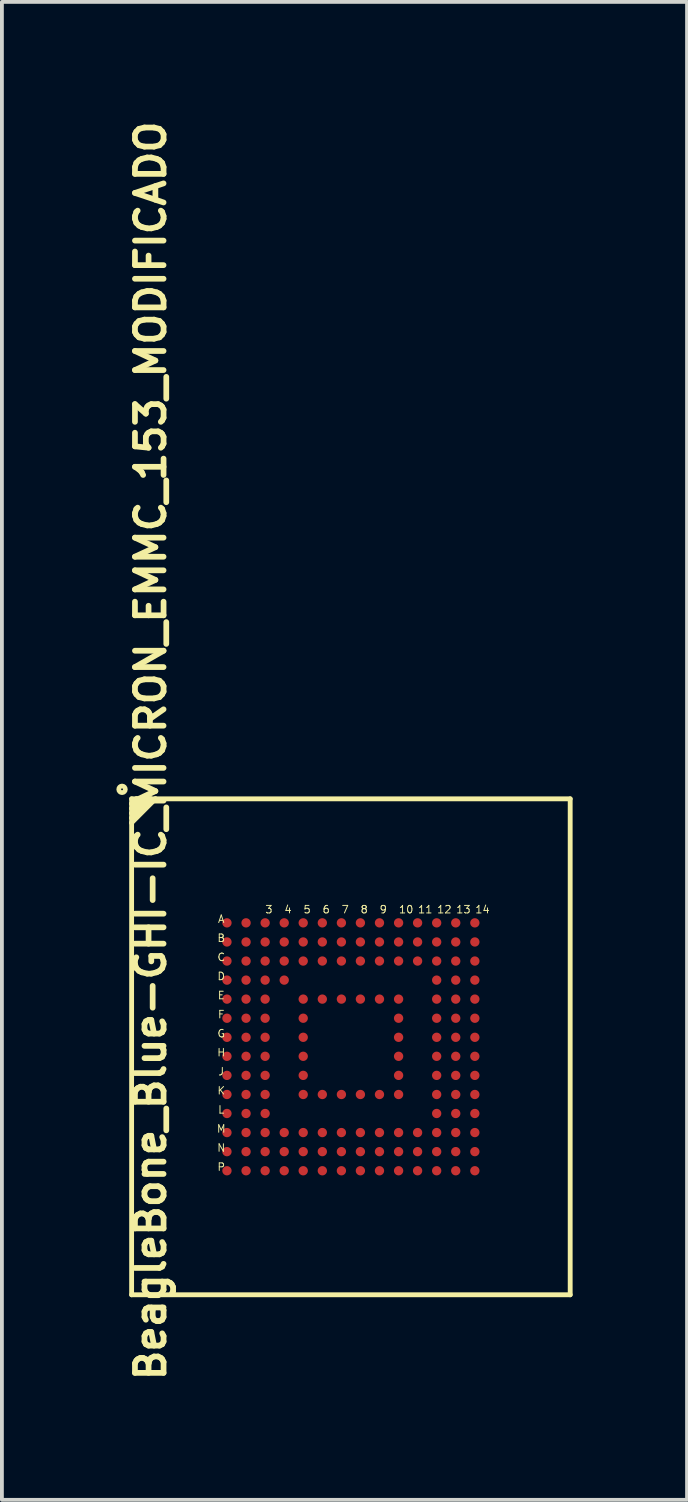
<source format=kicad_pcb>
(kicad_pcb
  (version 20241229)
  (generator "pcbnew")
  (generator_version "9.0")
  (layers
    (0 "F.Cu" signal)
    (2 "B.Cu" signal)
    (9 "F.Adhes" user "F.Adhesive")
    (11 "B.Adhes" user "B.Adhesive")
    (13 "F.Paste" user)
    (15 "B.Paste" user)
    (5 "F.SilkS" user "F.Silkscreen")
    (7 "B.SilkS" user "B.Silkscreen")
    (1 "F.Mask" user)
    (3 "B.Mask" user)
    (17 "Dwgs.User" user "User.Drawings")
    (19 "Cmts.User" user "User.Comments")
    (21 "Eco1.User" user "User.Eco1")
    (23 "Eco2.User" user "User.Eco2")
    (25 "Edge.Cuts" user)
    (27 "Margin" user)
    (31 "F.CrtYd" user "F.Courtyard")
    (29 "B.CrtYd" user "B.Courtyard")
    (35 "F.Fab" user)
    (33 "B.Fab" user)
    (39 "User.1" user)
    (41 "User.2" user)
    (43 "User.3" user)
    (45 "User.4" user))
  (footprint "BeagleBone_Blue-GHI-IC_MICRON_EMMC_153_MODIFICADO"
    (layer "F.Cu")
    (at 6.148 24.389)
    (property "Reference" "BeagleBone_Blue-GHI-IC_MICRON_EMMC_153_MODIFICADO" (at -5.25 -7.757 90) (layer "F.SilkS") (effects (font (size 0.75 0.75) (thickness 0.15))))
    (attr smd)
    (fp_line (start -5.748 -6.5) (end -5.748 -6.373) (stroke (width 0.127) (type solid)) (layer "F.SilkS"))
    (fp_line (start -5.748 -6.373) (end -5.748 -6.248) (stroke (width 0.127) (type solid)) (layer "F.SilkS"))
    (fp_line (start -5.748 -6.373) (end -5.624 -6.5) (stroke (width 0.127) (type solid)) (layer "F.SilkS"))
    (fp_line (start -5.748 -6.248) (end -5.748 -6.124) (stroke (width 0.127) (type solid)) (layer "F.SilkS"))
    (fp_line (start -5.748 -6.248) (end -5.499 -6.5) (stroke (width 0.127) (type solid)) (layer "F.SilkS"))
    (fp_line (start -5.748 -6.124) (end -5.748 -5.999) (stroke (width 0.127) (type solid)) (layer "F.SilkS"))
    (fp_line (start -5.748 -6.124) (end -5.375 -6.5) (stroke (width 0.127) (type solid)) (layer "F.SilkS"))
    (fp_line (start -5.748 -5.999) (end -5.748 -5.872) (stroke (width 0.127) (type solid)) (layer "F.SilkS"))
    (fp_line (start -5.748 -5.999) (end -5.248 -6.5) (stroke (width 0.127) (type solid)) (layer "F.SilkS"))
    (fp_line (start -5.748 -5.872) (end -5.748 6.5) (stroke (width 0.127) (type solid)) (layer "F.SilkS"))
    (fp_line (start -5.748 -5.872) (end -5.123 -6.5) (stroke (width 0.127) (type solid)) (layer "F.SilkS"))
    (fp_line (start -5.748 6.5) (end 5.748 6.5) (stroke (width 0.127) (type solid)) (layer "F.SilkS"))
    (fp_line (start -5.624 -6.5) (end -5.748 -6.5) (stroke (width 0.127) (type solid)) (layer "F.SilkS"))
    (fp_line (start -5.499 -6.5) (end -5.624 -6.5) (stroke (width 0.127) (type solid)) (layer "F.SilkS"))
    (fp_line (start -5.375 -6.5) (end -5.499 -6.5) (stroke (width 0.127) (type solid)) (layer "F.SilkS"))
    (fp_line (start -5.248 -6.5) (end -5.375 -6.5) (stroke (width 0.127) (type solid)) (layer "F.SilkS"))
    (fp_line (start -5.123 -6.5) (end -5.248 -6.5) (stroke (width 0.127) (type solid)) (layer "F.SilkS"))
    (fp_line (start 5.748 -6.5) (end -5.123 -6.5) (stroke (width 0.127) (type solid)) (layer "F.SilkS"))
    (fp_line (start 5.748 6.5) (end 5.748 -6.5) (stroke (width 0.127) (type solid)) (layer "F.SilkS"))
    (fp_circle (center -5.999 -6.749) (end -6.06 -6.81) (stroke (width 0.124) (type solid)) (fill no) (layer "F.SilkS"))
    (fp_text user "L" (at -3.399 1.648 0) (layer "F.SilkS") (effects (font (size 0.198 0.198) (thickness 0.025))))
    (fp_text user "E" (at -3.399 -1.349 0) (layer "F.SilkS") (effects (font (size 0.198 0.198) (thickness 0.025))))
    (fp_text user "N" (at -3.399 2.649 0) (layer "F.SilkS") (effects (font (size 0.198 0.198) (thickness 0.025))))
    (fp_text user "M" (at -3.399 2.149 0) (layer "F.SilkS") (effects (font (size 0.198 0.198) (thickness 0.025))))
    (fp_text user "6" (at -0.648 -3.599 0) (layer "F.SilkS") (effects (font (size 0.198 0.198) (thickness 0.025))))
    (fp_text user "C" (at -3.399 -2.349 0) (layer "F.SilkS") (effects (font (size 0.198 0.198) (thickness 0.025))))
    (fp_text user "K" (at -3.399 1.148 0) (layer "F.SilkS") (effects (font (size 0.198 0.198) (thickness 0.025))))
    (fp_text user "F" (at -3.399 -0.848 0) (layer "F.SilkS") (effects (font (size 0.198 0.198) (thickness 0.025))))
    (fp_text user "A" (at -3.399 -3.348 0) (layer "F.SilkS") (effects (font (size 0.198 0.198) (thickness 0.025))))
    (fp_text user "10" (at 1.448 -3.599 0) (layer "F.SilkS") (effects (font (size 0.198 0.198) (thickness 0.025))))
    (fp_text user "9" (at 0.848 -3.599 0) (layer "F.SilkS") (effects (font (size 0.198 0.198) (thickness 0.025))))
    (fp_text user "5" (at -1.148 -3.599 0) (layer "F.SilkS") (effects (font (size 0.198 0.198) (thickness 0.025))))
    (fp_text user "7" (at -0.15 -3.599 0) (layer "F.SilkS") (effects (font (size 0.198 0.198) (thickness 0.025))))
    (fp_text user "H" (at -3.399 0.15 0) (layer "F.SilkS") (effects (font (size 0.198 0.198) (thickness 0.025))))
    (fp_text user "4" (at -1.648 -3.599 0) (layer "F.SilkS") (effects (font (size 0.198 0.198) (thickness 0.025))))
    (fp_text user "D" (at -3.399 -1.849 0) (layer "F.SilkS") (effects (font (size 0.198 0.198) (thickness 0.025))))
    (fp_text user "13" (at 2.949 -3.599 0) (layer "F.SilkS") (effects (font (size 0.198 0.198) (thickness 0.025))))
    (fp_text user "P" (at -3.399 3.15 0) (layer "F.SilkS") (effects (font (size 0.198 0.198) (thickness 0.025))))
    (fp_text user "G" (at -3.399 -0.348 0) (layer "F.SilkS") (effects (font (size 0.198 0.198) (thickness 0.025))))
    (fp_text user "J" (at -3.399 0.648 0) (layer "F.SilkS") (effects (font (size 0.198 0.198) (thickness 0.025))))
    (fp_text user "12" (at 2.449 -3.599 0) (layer "F.SilkS") (effects (font (size 0.198 0.198) (thickness 0.025))))
    (fp_text user "11" (at 1.948 -3.599 0) (layer "F.SilkS") (effects (font (size 0.198 0.198) (thickness 0.025))))
    (fp_text user "3" (at -2.149 -3.599 0) (layer "F.SilkS") (effects (font (size 0.198 0.198) (thickness 0.025))))
    (fp_text user "14" (at 3.449 -3.599 0) (layer "F.SilkS") (effects (font (size 0.198 0.198) (thickness 0.025))))
    (fp_text user "B" (at -3.399 -2.85 0) (layer "F.SilkS") (effects (font (size 0.198 0.198) (thickness 0.025))))
    (fp_text user "8" (at 0.348 -3.599 0) (layer "F.SilkS") (effects (font (size 0.198 0.198) (thickness 0.025))))
    (pad "A3" smd circle (at -2.248 -3.249) (size 0.244 0.244) (layers "F.Cu" "F.Mask" "F.Paste"))
    (pad "A4" smd circle (at -1.748 -3.249) (size 0.244 0.244) (layers "F.Cu" "F.Mask" "F.Paste"))
    (pad "A5" smd circle (at -1.25 -3.249) (size 0.244 0.244) (layers "F.Cu" "F.Mask" "F.Paste"))
    (pad "A6" smd circle (at -0.749 -3.249) (size 0.244 0.244) (layers "F.Cu" "F.Mask" "F.Paste"))
    (pad "A7" smd circle (at -0.249 -3.249) (size 0.244 0.244) (layers "F.Cu" "F.Mask" "F.Paste"))
    (pad "A10" smd circle (at 1.25 -3.249) (size 0.244 0.244) (layers "F.Cu" "F.Mask" "F.Paste"))
    (pad "A11" smd circle (at 1.748 -3.249) (size 0.244 0.244) (layers "F.Cu" "F.Mask" "F.Paste"))
    (pad "A12" smd circle (at 2.248 -3.249) (size 0.244 0.244) (layers "F.Cu" "F.Mask" "F.Paste"))
    (pad "A13" smd circle (at 2.748 -3.249) (size 0.244 0.244) (layers "F.Cu" "F.Mask" "F.Paste"))
    (pad "A14" smd circle (at 3.249 -3.249) (size 0.244 0.244) (layers "F.Cu" "F.Mask" "F.Paste"))
    (pad "B1" smd circle (at -3.249 -2.748) (size 0.244 0.244) (layers "F.Cu" "F.Mask" "F.Paste"))
    (pad "B2" smd circle (at -3.249 -3.249) (size 0.244 0.244) (layers "F.Cu" "F.Mask" "F.Paste"))
    (pad "B2" smd circle (at -2.748 -2.748) (size 0.244 0.244) (layers "F.Cu" "F.Mask" "F.Paste"))
    (pad "B3" smd circle (at -2.748 -3.249) (size 0.244 0.244) (layers "F.Cu" "F.Mask" "F.Paste"))
    (pad "B3" smd circle (at -2.248 -2.748) (size 0.244 0.244) (layers "F.Cu" "F.Mask" "F.Paste"))
    (pad "B4" smd circle (at -3.249 -1.748) (size 0.244 0.244) (layers "F.Cu" "F.Mask" "F.Paste"))
    (pad "B4" smd circle (at -2.748 -1.748) (size 0.244 0.244) (layers "F.Cu" "F.Mask" "F.Paste"))
    (pad "B4" smd circle (at -2.248 -2.248) (size 0.244 0.244) (layers "F.Cu" "F.Mask" "F.Paste"))
    (pad "B4" smd circle (at -1.748 -2.748) (size 0.244 0.244) (layers "F.Cu" "F.Mask" "F.Paste"))
    (pad "B5" smd circle (at -3.249 -0.249) (size 0.244 0.244) (layers "F.Cu" "F.Mask" "F.Paste"))
    (pad "B5" smd circle (at -2.748 -0.749) (size 0.244 0.244) (layers "F.Cu" "F.Mask" "F.Paste"))
    (pad "B5" smd circle (at -2.248 -1.25) (size 0.244 0.244) (layers "F.Cu" "F.Mask" "F.Paste"))
    (pad "B5" smd circle (at -1.748 -1.748) (size 0.244 0.244) (layers "F.Cu" "F.Mask" "F.Paste"))
    (pad "B5" smd circle (at -1.25 -2.748) (size 0.244 0.244) (layers "F.Cu" "F.Mask" "F.Paste"))
    (pad "B5" smd circle (at -1.25 -2.248) (size 0.244 0.244) (layers "F.Cu" "F.Mask" "F.Paste"))
    (pad "B6" smd circle (at -0.749 -2.748) (size 0.244 0.244) (layers "F.Cu" "F.Mask" "F.Paste"))
    (pad "B6" smd circle (at -0.249 -2.748) (size 0.244 0.244) (layers "F.Cu" "F.Mask" "F.Paste"))
    (pad "B6" smd circle (at 0.249 -3.249) (size 0.244 0.244) (layers "F.Cu" "F.Mask" "F.Paste"))
    (pad "B9" smd circle (at 0.749 -2.748) (size 0.244 0.244) (layers "F.Cu" "F.Mask" "F.Paste"))
    (pad "B10" smd circle (at 1.25 -2.748) (size 0.244 0.244) (layers "F.Cu" "F.Mask" "F.Paste"))
    (pad "B11" smd circle (at 1.748 -2.748) (size 0.244 0.244) (layers "F.Cu" "F.Mask" "F.Paste"))
    (pad "B12" smd circle (at 2.248 -2.748) (size 0.244 0.244) (layers "F.Cu" "F.Mask" "F.Paste"))
    (pad "B13" smd circle (at 2.748 -2.748) (size 0.244 0.244) (layers "F.Cu" "F.Mask" "F.Paste"))
    (pad "B14" smd circle (at 3.249 -2.748) (size 0.244 0.244) (layers "F.Cu" "F.Mask" "F.Paste"))
    (pad "C2" smd circle (at -3.249 -2.248) (size 0.244 0.244) (layers "F.Cu" "F.Mask" "F.Paste"))
    (pad "C2" smd circle (at -2.748 -2.248) (size 0.244 0.244) (layers "F.Cu" "F.Mask" "F.Paste"))
    (pad "C4" smd circle (at -3.249 -1.25) (size 0.244 0.244) (layers "F.Cu" "F.Mask" "F.Paste"))
    (pad "C4" smd circle (at -2.748 -1.25) (size 0.244 0.244) (layers "F.Cu" "F.Mask" "F.Paste"))
    (pad "C4" smd circle (at -2.248 -1.748) (size 0.244 0.244) (layers "F.Cu" "F.Mask" "F.Paste"))
    (pad "C4" smd circle (at -1.748 -2.248) (size 0.244 0.244) (layers "F.Cu" "F.Mask" "F.Paste"))
    (pad "C6" smd circle (at -0.749 -2.248) (size 0.244 0.244) (layers "F.Cu" "F.Mask" "F.Paste"))
    (pad "C6" smd circle (at -0.249 -2.248) (size 0.244 0.244) (layers "F.Cu" "F.Mask" "F.Paste"))
    (pad "C6" smd circle (at 0.249 -2.748) (size 0.244 0.244) (layers "F.Cu" "F.Mask" "F.Paste"))
    (pad "C6" smd circle (at 0.749 -3.249) (size 0.244 0.244) (layers "F.Cu" "F.Mask" "F.Paste"))
    (pad "C8" smd circle (at 0.249 -2.248) (size 0.244 0.244) (layers "F.Cu" "F.Mask" "F.Paste"))
    (pad "C9" smd circle (at 0.749 -2.248) (size 0.244 0.244) (layers "F.Cu" "F.Mask" "F.Paste"))
    (pad "C10" smd circle (at 1.25 -2.248) (size 0.244 0.244) (layers "F.Cu" "F.Mask" "F.Paste"))
    (pad "C11" smd circle (at 1.748 -2.248) (size 0.244 0.244) (layers "F.Cu" "F.Mask" "F.Paste"))
    (pad "C12" smd circle (at 2.248 -2.248) (size 0.244 0.244) (layers "F.Cu" "F.Mask" "F.Paste"))
    (pad "C13" smd circle (at 2.748 -2.248) (size 0.244 0.244) (layers "F.Cu" "F.Mask" "F.Paste"))
    (pad "C14" smd circle (at 3.249 -2.248) (size 0.244 0.244) (layers "F.Cu" "F.Mask" "F.Paste"))
    (pad "D12" smd circle (at 2.248 -1.748) (size 0.244 0.244) (layers "F.Cu" "F.Mask" "F.Paste"))
    (pad "D13" smd circle (at 2.748 -1.748) (size 0.244 0.244) (layers "F.Cu" "F.Mask" "F.Paste"))
    (pad "D14" smd circle (at 3.249 -1.748) (size 0.244 0.244) (layers "F.Cu" "F.Mask" "F.Paste"))
    (pad "E5" smd circle (at -1.25 -1.25) (size 0.244 0.244) (layers "F.Cu" "F.Mask" "F.Paste"))
    (pad "E6" smd circle (at -0.749 -1.25) (size 0.244 0.244) (layers "F.Cu" "F.Mask" "F.Paste"))
    (pad "E7" smd circle (at -0.249 -1.25) (size 0.244 0.244) (layers "F.Cu" "F.Mask" "F.Paste"))
    (pad "E8" smd circle (at 0.249 -1.25) (size 0.244 0.244) (layers "F.Cu" "F.Mask" "F.Paste"))
    (pad "E9" smd circle (at 0.749 -1.25) (size 0.244 0.244) (layers "F.Cu" "F.Mask" "F.Paste"))
    (pad "E10" smd circle (at 1.25 -1.25) (size 0.244 0.244) (layers "F.Cu" "F.Mask" "F.Paste"))
    (pad "E12" smd circle (at 2.248 -1.25) (size 0.244 0.244) (layers "F.Cu" "F.Mask" "F.Paste"))
    (pad "E13" smd circle (at 2.748 -1.25) (size 0.244 0.244) (layers "F.Cu" "F.Mask" "F.Paste"))
    (pad "E14" smd circle (at 3.249 -1.25) (size 0.244 0.244) (layers "F.Cu" "F.Mask" "F.Paste"))
    (pad "F1" smd circle (at -3.249 -0.749) (size 0.244 0.244) (layers "F.Cu" "F.Mask" "F.Paste"))
    (pad "F3" smd circle (at -2.248 -0.749) (size 0.244 0.244) (layers "F.Cu" "F.Mask" "F.Paste"))
    (pad "F5" smd circle (at -1.25 -0.749) (size 0.244 0.244) (layers "F.Cu" "F.Mask" "F.Paste"))
    (pad "F10" smd circle (at 1.25 -0.749) (size 0.244 0.244) (layers "F.Cu" "F.Mask" "F.Paste"))
    (pad "F12" smd circle (at 2.248 -0.749) (size 0.244 0.244) (layers "F.Cu" "F.Mask" "F.Paste"))
    (pad "F13" smd circle (at 2.748 -0.749) (size 0.244 0.244) (layers "F.Cu" "F.Mask" "F.Paste"))
    (pad "F14" smd circle (at 3.249 -0.749) (size 0.244 0.244) (layers "F.Cu" "F.Mask" "F.Paste"))
    (pad "G2" smd circle (at -2.748 -0.249) (size 0.244 0.244) (layers "F.Cu" "F.Mask" "F.Paste"))
    (pad "G3" smd circle (at -2.248 -0.249) (size 0.244 0.244) (layers "F.Cu" "F.Mask" "F.Paste"))
    (pad "G5" smd circle (at -1.25 -0.249) (size 0.244 0.244) (layers "F.Cu" "F.Mask" "F.Paste"))
    (pad "G10" smd circle (at 1.25 -0.249) (size 0.244 0.244) (layers "F.Cu" "F.Mask" "F.Paste"))
    (pad "G12" smd circle (at 2.248 -0.249) (size 0.244 0.244) (layers "F.Cu" "F.Mask" "F.Paste"))
    (pad "G13" smd circle (at 2.748 -0.249) (size 0.244 0.244) (layers "F.Cu" "F.Mask" "F.Paste"))
    (pad "G14" smd circle (at 3.249 -0.249) (size 0.244 0.244) (layers "F.Cu" "F.Mask" "F.Paste"))
    (pad "H1" smd circle (at -3.249 0.249) (size 0.244 0.244) (layers "F.Cu" "F.Mask" "F.Paste"))
    (pad "H2" smd circle (at -2.748 0.249) (size 0.244 0.244) (layers "F.Cu" "F.Mask" "F.Paste"))
    (pad "H3" smd circle (at -2.248 0.249) (size 0.244 0.244) (layers "F.Cu" "F.Mask" "F.Paste"))
    (pad "H5" smd circle (at -1.25 0.249) (size 0.244 0.244) (layers "F.Cu" "F.Mask" "F.Paste"))
    (pad "H10" smd circle (at 1.25 0.249) (size 0.244 0.244) (layers "F.Cu" "F.Mask" "F.Paste"))
    (pad "H12" smd circle (at 2.248 0.249) (size 0.244 0.244) (layers "F.Cu" "F.Mask" "F.Paste"))
    (pad "H13" smd circle (at 2.748 0.249) (size 0.244 0.244) (layers "F.Cu" "F.Mask" "F.Paste"))
    (pad "H14" smd circle (at 3.249 0.249) (size 0.244 0.244) (layers "F.Cu" "F.Mask" "F.Paste"))
    (pad "J1" smd circle (at -3.249 0.749) (size 0.244 0.244) (layers "F.Cu" "F.Mask" "F.Paste"))
    (pad "J2" smd circle (at -2.748 0.749) (size 0.244 0.244) (layers "F.Cu" "F.Mask" "F.Paste"))
    (pad "J3" smd circle (at -2.248 0.749) (size 0.244 0.244) (layers "F.Cu" "F.Mask" "F.Paste"))
    (pad "J5" smd circle (at -1.25 0.749) (size 0.244 0.244) (layers "F.Cu" "F.Mask" "F.Paste"))
    (pad "J10" smd circle (at 1.25 0.749) (size 0.244 0.244) (layers "F.Cu" "F.Mask" "F.Paste"))
    (pad "J12" smd circle (at 2.248 0.749) (size 0.244 0.244) (layers "F.Cu" "F.Mask" "F.Paste"))
    (pad "J13" smd circle (at 2.748 0.749) (size 0.244 0.244) (layers "F.Cu" "F.Mask" "F.Paste"))
    (pad "J14" smd circle (at 3.249 0.749) (size 0.244 0.244) (layers "F.Cu" "F.Mask" "F.Paste"))
    (pad "K1" smd circle (at -3.249 1.25) (size 0.244 0.244) (layers "F.Cu" "F.Mask" "F.Paste"))
    (pad "K2" smd circle (at -2.748 1.25) (size 0.244 0.244) (layers "F.Cu" "F.Mask" "F.Paste"))
    (pad "K3" smd circle (at -2.248 1.25) (size 0.244 0.244) (layers "F.Cu" "F.Mask" "F.Paste"))
    (pad "K5" smd circle (at -1.25 1.25) (size 0.244 0.244) (layers "F.Cu" "F.Mask" "F.Paste"))
    (pad "K6" smd circle (at -0.749 1.25) (size 0.244 0.244) (layers "F.Cu" "F.Mask" "F.Paste"))
    (pad "K7" smd circle (at -0.249 1.25) (size 0.244 0.244) (layers "F.Cu" "F.Mask" "F.Paste"))
    (pad "K8" smd circle (at 0.249 1.25) (size 0.244 0.244) (layers "F.Cu" "F.Mask" "F.Paste"))
    (pad "K9" smd circle (at 0.749 1.25) (size 0.244 0.244) (layers "F.Cu" "F.Mask" "F.Paste"))
    (pad "K10" smd circle (at 1.25 1.25) (size 0.244 0.244) (layers "F.Cu" "F.Mask" "F.Paste"))
    (pad "K12" smd circle (at 2.248 1.25) (size 0.244 0.244) (layers "F.Cu" "F.Mask" "F.Paste"))
    (pad "K13" smd circle (at 2.748 1.25) (size 0.244 0.244) (layers "F.Cu" "F.Mask" "F.Paste"))
    (pad "K14" smd circle (at 3.249 1.25) (size 0.244 0.244) (layers "F.Cu" "F.Mask" "F.Paste"))
    (pad "L1" smd circle (at -3.249 1.748) (size 0.244 0.244) (layers "F.Cu" "F.Mask" "F.Paste"))
    (pad "L2" smd circle (at -2.748 1.748) (size 0.244 0.244) (layers "F.Cu" "F.Mask" "F.Paste"))
    (pad "L3" smd circle (at -2.248 1.748) (size 0.244 0.244) (layers "F.Cu" "F.Mask" "F.Paste"))
    (pad "L12" smd circle (at 2.248 1.748) (size 0.244 0.244) (layers "F.Cu" "F.Mask" "F.Paste"))
    (pad "L13" smd circle (at 2.748 1.748) (size 0.244 0.244) (layers "F.Cu" "F.Mask" "F.Paste"))
    (pad "L14" smd circle (at 3.249 1.748) (size 0.244 0.244) (layers "F.Cu" "F.Mask" "F.Paste"))
    (pad "M1" smd circle (at -3.249 2.248) (size 0.244 0.244) (layers "F.Cu" "F.Mask" "F.Paste"))
    (pad "M2" smd circle (at -2.748 2.248) (size 0.244 0.244) (layers "F.Cu" "F.Mask" "F.Paste"))
    (pad "M3" smd circle (at -2.248 2.248) (size 0.244 0.244) (layers "F.Cu" "F.Mask" "F.Paste"))
    (pad "M4" smd circle (at -1.748 2.248) (size 0.244 0.244) (layers "F.Cu" "F.Mask" "F.Paste"))
    (pad "M5" smd circle (at -1.25 2.248) (size 0.244 0.244) (layers "F.Cu" "F.Mask" "F.Paste"))
    (pad "M5" smd circle (at -0.749 2.748) (size 0.244 0.244) (layers "F.Cu" "F.Mask" "F.Paste"))
    (pad "M5" smd circle (at -0.249 2.748) (size 0.244 0.244) (layers "F.Cu" "F.Mask" "F.Paste"))
    (pad "M5" smd circle (at 0.249 3.249) (size 0.244 0.244) (layers "F.Cu" "F.Mask" "F.Paste"))
    (pad "M6" smd circle (at -0.749 2.248) (size 0.244 0.244) (layers "F.Cu" "F.Mask" "F.Paste"))
    (pad "M6" smd circle (at -0.249 2.248) (size 0.244 0.244) (layers "F.Cu" "F.Mask" "F.Paste"))
    (pad "M6" smd circle (at 0.249 2.748) (size 0.244 0.244) (layers "F.Cu" "F.Mask" "F.Paste"))
    (pad "M6" smd circle (at 0.749 3.249) (size 0.244 0.244) (layers "F.Cu" "F.Mask" "F.Paste"))
    (pad "M8" smd circle (at 0.249 2.248) (size 0.244 0.244) (layers "F.Cu" "F.Mask" "F.Paste"))
    (pad "M9" smd circle (at 0.749 2.248) (size 0.244 0.244) (layers "F.Cu" "F.Mask" "F.Paste"))
    (pad "M10" smd circle (at 1.25 2.248) (size 0.244 0.244) (layers "F.Cu" "F.Mask" "F.Paste"))
    (pad "M11" smd circle (at 1.748 2.248) (size 0.244 0.244) (layers "F.Cu" "F.Mask" "F.Paste"))
    (pad "M12" smd circle (at 2.248 2.248) (size 0.244 0.244) (layers "F.Cu" "F.Mask" "F.Paste"))
    (pad "M13" smd circle (at 2.748 2.248) (size 0.244 0.244) (layers "F.Cu" "F.Mask" "F.Paste"))
    (pad "M14" smd circle (at 3.249 2.248) (size 0.244 0.244) (layers "F.Cu" "F.Mask" "F.Paste"))
    (pad "N1" smd circle (at -3.249 2.748) (size 0.244 0.244) (layers "F.Cu" "F.Mask" "F.Paste"))
    (pad "N2" smd circle (at -2.748 2.748) (size 0.244 0.244) (layers "F.Cu" "F.Mask" "F.Paste"))
    (pad "N2" smd circle (at -2.748 3.249) (size 0.244 0.244) (layers "F.Cu" "F.Mask" "F.Paste"))
    (pad "N3" smd circle (at -2.248 2.748) (size 0.244 0.244) (layers "F.Cu" "F.Mask" "F.Paste"))
    (pad "N4" smd circle (at -1.748 2.748) (size 0.244 0.244) (layers "F.Cu" "F.Mask" "F.Paste"))
    (pad "N5" smd circle (at -1.25 2.748) (size 0.244 0.244) (layers "F.Cu" "F.Mask" "F.Paste"))
    (pad "N9" smd circle (at 0.749 2.748) (size 0.244 0.244) (layers "F.Cu" "F.Mask" "F.Paste"))
    (pad "N10" smd circle (at 1.25 2.748) (size 0.244 0.244) (layers "F.Cu" "F.Mask" "F.Paste"))
    (pad "N11" smd circle (at 1.748 2.748) (size 0.244 0.244) (layers "F.Cu" "F.Mask" "F.Paste"))
    (pad "N12" smd circle (at 2.248 2.748) (size 0.244 0.244) (layers "F.Cu" "F.Mask" "F.Paste"))
    (pad "N13" smd circle (at 2.748 2.748) (size 0.244 0.244) (layers "F.Cu" "F.Mask" "F.Paste"))
    (pad "N14" smd circle (at 3.249 2.748) (size 0.244 0.244) (layers "F.Cu" "F.Mask" "F.Paste"))
    (pad "P1" smd circle (at -3.249 3.249) (size 0.244 0.244) (layers "F.Cu" "F.Mask" "F.Paste"))
    (pad "P3" smd circle (at -2.248 3.249) (size 0.244 0.244) (layers "F.Cu" "F.Mask" "F.Paste"))
    (pad "P4" smd circle (at -1.748 3.249) (size 0.244 0.244) (layers "F.Cu" "F.Mask" "F.Paste"))
    (pad "P5" smd circle (at -1.25 3.249) (size 0.244 0.244) (layers "F.Cu" "F.Mask" "F.Paste"))
    (pad "P6" smd circle (at -0.749 3.249) (size 0.244 0.244) (layers "F.Cu" "F.Mask" "F.Paste"))
    (pad "P7" smd circle (at -0.249 3.249) (size 0.244 0.244) (layers "F.Cu" "F.Mask" "F.Paste"))
    (pad "P10" smd circle (at 1.25 3.249) (size 0.244 0.244) (layers "F.Cu" "F.Mask" "F.Paste"))
    (pad "P11" smd circle (at 1.748 3.249) (size 0.244 0.244) (layers "F.Cu" "F.Mask" "F.Paste"))
    (pad "P12" smd circle (at 2.248 3.249) (size 0.244 0.244) (layers "F.Cu" "F.Mask" "F.Paste"))
    (pad "P13" smd circle (at 2.748 3.249) (size 0.244 0.244) (layers "F.Cu" "F.Mask" "F.Paste"))
    (pad "P14" smd circle (at 3.249 3.249) (size 0.244 0.244) (layers "F.Cu" "F.Mask" "F.Paste")))
  (gr_rect
    (start -3 -3)
    (end 14.959 36.264)
    (stroke (width 0.1) (type default))
    (fill no)
    (layer "Edge.Cuts")))
</source>
